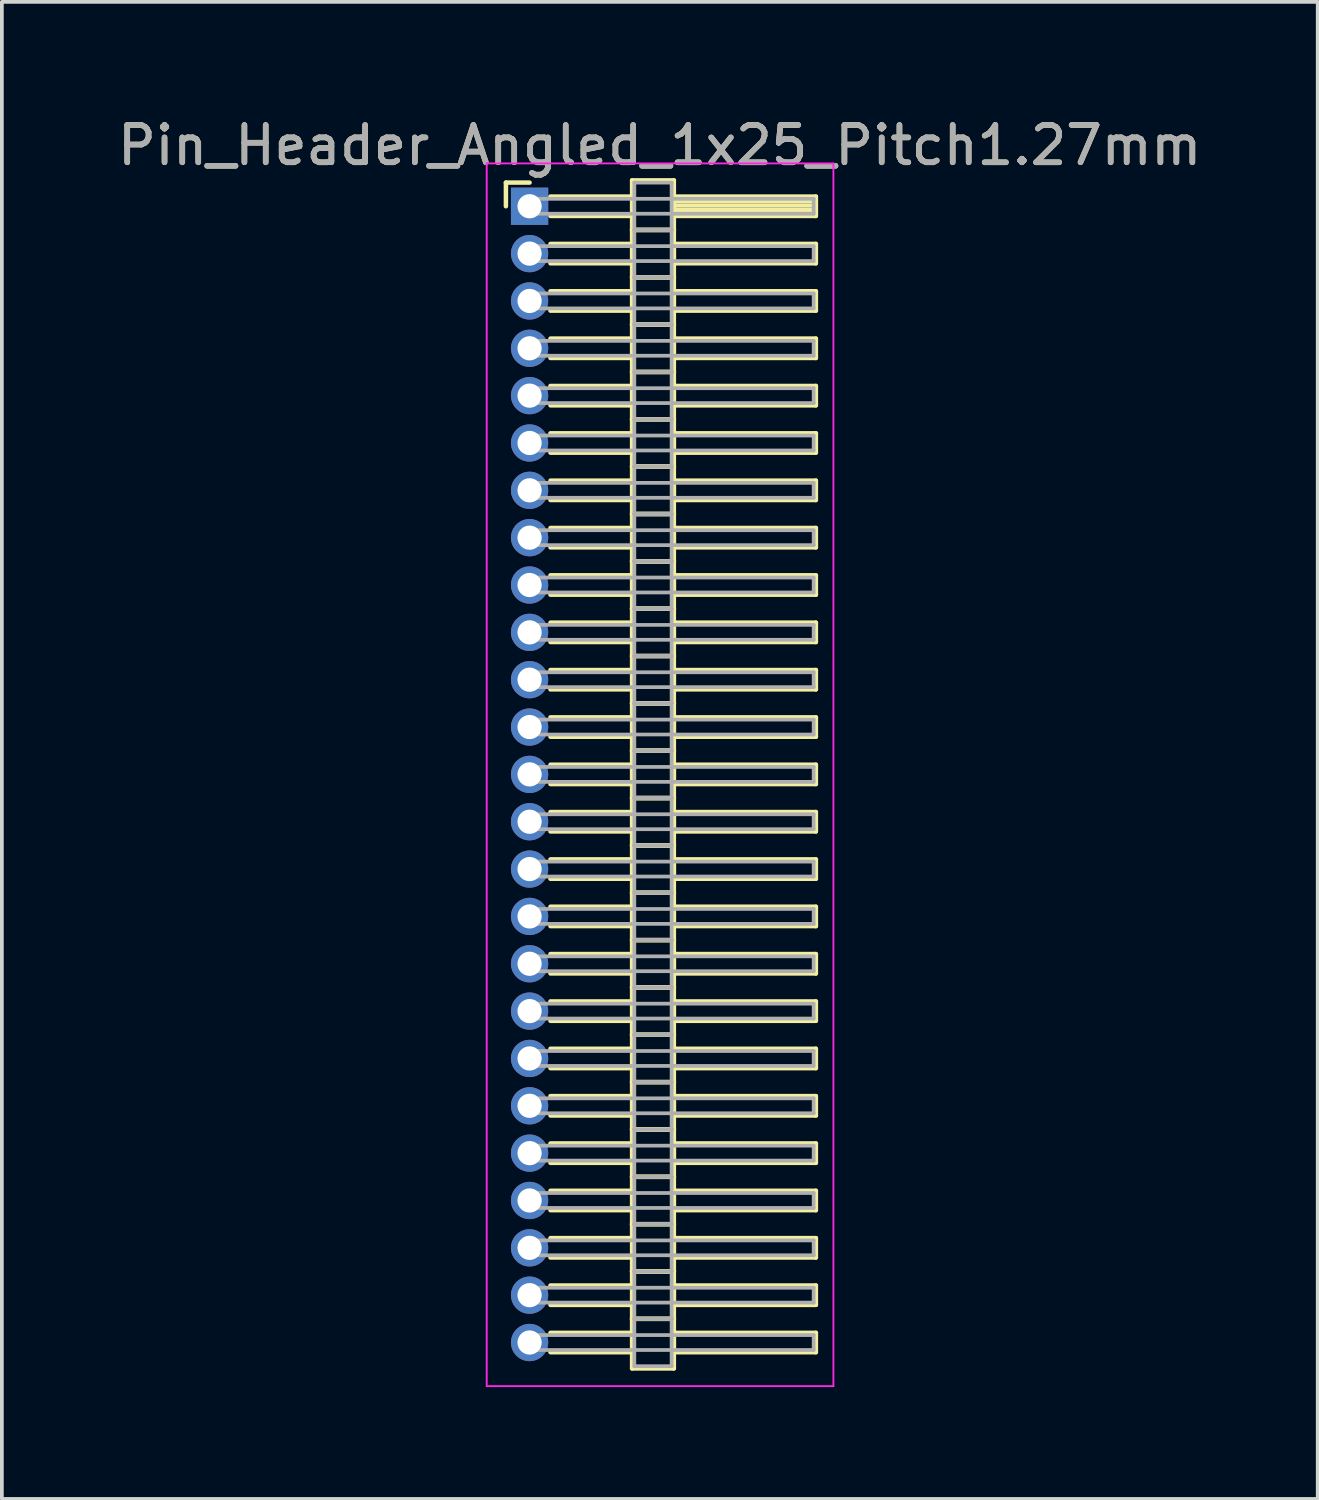
<source format=kicad_pcb>
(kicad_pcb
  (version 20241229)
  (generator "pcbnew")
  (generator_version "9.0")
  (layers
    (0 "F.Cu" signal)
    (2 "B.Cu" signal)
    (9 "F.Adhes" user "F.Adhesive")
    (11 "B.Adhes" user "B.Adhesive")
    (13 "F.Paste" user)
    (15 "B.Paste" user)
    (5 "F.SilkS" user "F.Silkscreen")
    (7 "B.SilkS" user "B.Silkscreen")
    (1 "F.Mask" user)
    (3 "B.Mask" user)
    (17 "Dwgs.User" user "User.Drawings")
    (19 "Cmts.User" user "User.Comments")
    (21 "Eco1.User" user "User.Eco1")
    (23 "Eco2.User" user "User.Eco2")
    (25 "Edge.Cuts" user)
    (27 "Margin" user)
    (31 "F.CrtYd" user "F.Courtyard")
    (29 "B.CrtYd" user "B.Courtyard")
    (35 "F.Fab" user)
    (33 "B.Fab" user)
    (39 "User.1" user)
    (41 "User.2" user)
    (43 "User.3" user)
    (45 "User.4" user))
  (footprint "Pin_Header_Angled_1x25_Pitch1.27mm"
    (layer "F.Cu")
    (at 11.156 2.483)
    (property "Reference" "Pin_Header_Angled_1x25_Pitch1.27mm" (at 3.493 -1.635 0) (layer "F.SilkS") (effects (font (size 1 1) (thickness 0.15))))
    (attr through_hole)
    (fp_line (start -0.635 -0.635) (end 0 -0.635) (stroke (width 0.12) (type solid)) (layer "F.SilkS"))
    (fp_line (start -0.635 0) (end -0.635 -0.635) (stroke (width 0.12) (type solid)) (layer "F.SilkS"))
    (fp_line (start 0.56 -0.26) (end 2.75 -0.26) (stroke (width 0.12) (type solid)) (layer "F.SilkS"))
    (fp_line (start 0.56 0.26) (end 2.75 0.26) (stroke (width 0.12) (type solid)) (layer "F.SilkS"))
    (fp_line (start 0.56 1.01) (end 2.75 1.01) (stroke (width 0.12) (type solid)) (layer "F.SilkS"))
    (fp_line (start 0.56 1.53) (end 2.75 1.53) (stroke (width 0.12) (type solid)) (layer "F.SilkS"))
    (fp_line (start 0.56 2.28) (end 2.75 2.28) (stroke (width 0.12) (type solid)) (layer "F.SilkS"))
    (fp_line (start 0.56 2.8) (end 2.75 2.8) (stroke (width 0.12) (type solid)) (layer "F.SilkS"))
    (fp_line (start 0.56 3.55) (end 2.75 3.55) (stroke (width 0.12) (type solid)) (layer "F.SilkS"))
    (fp_line (start 0.56 4.07) (end 2.75 4.07) (stroke (width 0.12) (type solid)) (layer "F.SilkS"))
    (fp_line (start 0.56 4.82) (end 2.75 4.82) (stroke (width 0.12) (type solid)) (layer "F.SilkS"))
    (fp_line (start 0.56 5.34) (end 2.75 5.34) (stroke (width 0.12) (type solid)) (layer "F.SilkS"))
    (fp_line (start 0.56 6.09) (end 2.75 6.09) (stroke (width 0.12) (type solid)) (layer "F.SilkS"))
    (fp_line (start 0.56 6.61) (end 2.75 6.61) (stroke (width 0.12) (type solid)) (layer "F.SilkS"))
    (fp_line (start 0.56 7.36) (end 2.75 7.36) (stroke (width 0.12) (type solid)) (layer "F.SilkS"))
    (fp_line (start 0.56 7.88) (end 2.75 7.88) (stroke (width 0.12) (type solid)) (layer "F.SilkS"))
    (fp_line (start 0.56 8.63) (end 2.75 8.63) (stroke (width 0.12) (type solid)) (layer "F.SilkS"))
    (fp_line (start 0.56 9.15) (end 2.75 9.15) (stroke (width 0.12) (type solid)) (layer "F.SilkS"))
    (fp_line (start 0.56 9.9) (end 2.75 9.9) (stroke (width 0.12) (type solid)) (layer "F.SilkS"))
    (fp_line (start 0.56 10.42) (end 2.75 10.42) (stroke (width 0.12) (type solid)) (layer "F.SilkS"))
    (fp_line (start 0.56 11.17) (end 2.75 11.17) (stroke (width 0.12) (type solid)) (layer "F.SilkS"))
    (fp_line (start 0.56 11.69) (end 2.75 11.69) (stroke (width 0.12) (type solid)) (layer "F.SilkS"))
    (fp_line (start 0.56 12.44) (end 2.75 12.44) (stroke (width 0.12) (type solid)) (layer "F.SilkS"))
    (fp_line (start 0.56 12.96) (end 2.75 12.96) (stroke (width 0.12) (type solid)) (layer "F.SilkS"))
    (fp_line (start 0.56 13.71) (end 2.75 13.71) (stroke (width 0.12) (type solid)) (layer "F.SilkS"))
    (fp_line (start 0.56 14.23) (end 2.75 14.23) (stroke (width 0.12) (type solid)) (layer "F.SilkS"))
    (fp_line (start 0.56 14.98) (end 2.75 14.98) (stroke (width 0.12) (type solid)) (layer "F.SilkS"))
    (fp_line (start 0.56 15.5) (end 2.75 15.5) (stroke (width 0.12) (type solid)) (layer "F.SilkS"))
    (fp_line (start 0.56 16.25) (end 2.75 16.25) (stroke (width 0.12) (type solid)) (layer "F.SilkS"))
    (fp_line (start 0.56 16.77) (end 2.75 16.77) (stroke (width 0.12) (type solid)) (layer "F.SilkS"))
    (fp_line (start 0.56 17.52) (end 2.75 17.52) (stroke (width 0.12) (type solid)) (layer "F.SilkS"))
    (fp_line (start 0.56 18.04) (end 2.75 18.04) (stroke (width 0.12) (type solid)) (layer "F.SilkS"))
    (fp_line (start 0.56 18.79) (end 2.75 18.79) (stroke (width 0.12) (type solid)) (layer "F.SilkS"))
    (fp_line (start 0.56 19.31) (end 2.75 19.31) (stroke (width 0.12) (type solid)) (layer "F.SilkS"))
    (fp_line (start 0.56 20.06) (end 2.75 20.06) (stroke (width 0.12) (type solid)) (layer "F.SilkS"))
    (fp_line (start 0.56 20.58) (end 2.75 20.58) (stroke (width 0.12) (type solid)) (layer "F.SilkS"))
    (fp_line (start 0.56 21.33) (end 2.75 21.33) (stroke (width 0.12) (type solid)) (layer "F.SilkS"))
    (fp_line (start 0.56 21.85) (end 2.75 21.85) (stroke (width 0.12) (type solid)) (layer "F.SilkS"))
    (fp_line (start 0.56 22.6) (end 2.75 22.6) (stroke (width 0.12) (type solid)) (layer "F.SilkS"))
    (fp_line (start 0.56 23.12) (end 2.75 23.12) (stroke (width 0.12) (type solid)) (layer "F.SilkS"))
    (fp_line (start 0.56 23.87) (end 2.75 23.87) (stroke (width 0.12) (type solid)) (layer "F.SilkS"))
    (fp_line (start 0.56 24.39) (end 2.75 24.39) (stroke (width 0.12) (type solid)) (layer "F.SilkS"))
    (fp_line (start 0.56 25.14) (end 2.75 25.14) (stroke (width 0.12) (type solid)) (layer "F.SilkS"))
    (fp_line (start 0.56 25.66) (end 2.75 25.66) (stroke (width 0.12) (type solid)) (layer "F.SilkS"))
    (fp_line (start 0.56 26.41) (end 2.75 26.41) (stroke (width 0.12) (type solid)) (layer "F.SilkS"))
    (fp_line (start 0.56 26.93) (end 2.75 26.93) (stroke (width 0.12) (type solid)) (layer "F.SilkS"))
    (fp_line (start 0.56 27.68) (end 2.75 27.68) (stroke (width 0.12) (type solid)) (layer "F.SilkS"))
    (fp_line (start 0.56 28.2) (end 2.75 28.2) (stroke (width 0.12) (type solid)) (layer "F.SilkS"))
    (fp_line (start 0.56 28.95) (end 2.75 28.95) (stroke (width 0.12) (type solid)) (layer "F.SilkS"))
    (fp_line (start 0.56 29.47) (end 2.75 29.47) (stroke (width 0.12) (type solid)) (layer "F.SilkS"))
    (fp_line (start 0.56 30.22) (end 2.75 30.22) (stroke (width 0.12) (type solid)) (layer "F.SilkS"))
    (fp_line (start 0.56 30.74) (end 2.75 30.74) (stroke (width 0.12) (type solid)) (layer "F.SilkS"))
    (fp_line (start 2.75 -0.695) (end 2.75 0.635) (stroke (width 0.12) (type solid)) (layer "F.SilkS"))
    (fp_line (start 2.75 0.635) (end 2.75 1.905) (stroke (width 0.12) (type solid)) (layer "F.SilkS"))
    (fp_line (start 2.75 0.635) (end 3.87 0.635) (stroke (width 0.12) (type solid)) (layer "F.SilkS"))
    (fp_line (start 2.75 1.905) (end 2.75 3.175) (stroke (width 0.12) (type solid)) (layer "F.SilkS"))
    (fp_line (start 2.75 1.905) (end 3.87 1.905) (stroke (width 0.12) (type solid)) (layer "F.SilkS"))
    (fp_line (start 2.75 3.175) (end 2.75 4.445) (stroke (width 0.12) (type solid)) (layer "F.SilkS"))
    (fp_line (start 2.75 3.175) (end 3.87 3.175) (stroke (width 0.12) (type solid)) (layer "F.SilkS"))
    (fp_line (start 2.75 4.445) (end 2.75 5.715) (stroke (width 0.12) (type solid)) (layer "F.SilkS"))
    (fp_line (start 2.75 4.445) (end 3.87 4.445) (stroke (width 0.12) (type solid)) (layer "F.SilkS"))
    (fp_line (start 2.75 5.715) (end 2.75 6.985) (stroke (width 0.12) (type solid)) (layer "F.SilkS"))
    (fp_line (start 2.75 5.715) (end 3.87 5.715) (stroke (width 0.12) (type solid)) (layer "F.SilkS"))
    (fp_line (start 2.75 6.985) (end 2.75 8.255) (stroke (width 0.12) (type solid)) (layer "F.SilkS"))
    (fp_line (start 2.75 6.985) (end 3.87 6.985) (stroke (width 0.12) (type solid)) (layer "F.SilkS"))
    (fp_line (start 2.75 8.255) (end 2.75 9.525) (stroke (width 0.12) (type solid)) (layer "F.SilkS"))
    (fp_line (start 2.75 8.255) (end 3.87 8.255) (stroke (width 0.12) (type solid)) (layer "F.SilkS"))
    (fp_line (start 2.75 9.525) (end 2.75 10.795) (stroke (width 0.12) (type solid)) (layer "F.SilkS"))
    (fp_line (start 2.75 9.525) (end 3.87 9.525) (stroke (width 0.12) (type solid)) (layer "F.SilkS"))
    (fp_line (start 2.75 10.795) (end 2.75 12.065) (stroke (width 0.12) (type solid)) (layer "F.SilkS"))
    (fp_line (start 2.75 10.795) (end 3.87 10.795) (stroke (width 0.12) (type solid)) (layer "F.SilkS"))
    (fp_line (start 2.75 12.065) (end 2.75 13.335) (stroke (width 0.12) (type solid)) (layer "F.SilkS"))
    (fp_line (start 2.75 12.065) (end 3.87 12.065) (stroke (width 0.12) (type solid)) (layer "F.SilkS"))
    (fp_line (start 2.75 13.335) (end 2.75 14.605) (stroke (width 0.12) (type solid)) (layer "F.SilkS"))
    (fp_line (start 2.75 13.335) (end 3.87 13.335) (stroke (width 0.12) (type solid)) (layer "F.SilkS"))
    (fp_line (start 2.75 14.605) (end 2.75 15.875) (stroke (width 0.12) (type solid)) (layer "F.SilkS"))
    (fp_line (start 2.75 14.605) (end 3.87 14.605) (stroke (width 0.12) (type solid)) (layer "F.SilkS"))
    (fp_line (start 2.75 15.875) (end 2.75 17.145) (stroke (width 0.12) (type solid)) (layer "F.SilkS"))
    (fp_line (start 2.75 15.875) (end 3.87 15.875) (stroke (width 0.12) (type solid)) (layer "F.SilkS"))
    (fp_line (start 2.75 17.145) (end 2.75 18.415) (stroke (width 0.12) (type solid)) (layer "F.SilkS"))
    (fp_line (start 2.75 17.145) (end 3.87 17.145) (stroke (width 0.12) (type solid)) (layer "F.SilkS"))
    (fp_line (start 2.75 18.415) (end 2.75 19.685) (stroke (width 0.12) (type solid)) (layer "F.SilkS"))
    (fp_line (start 2.75 18.415) (end 3.87 18.415) (stroke (width 0.12) (type solid)) (layer "F.SilkS"))
    (fp_line (start 2.75 19.685) (end 2.75 20.955) (stroke (width 0.12) (type solid)) (layer "F.SilkS"))
    (fp_line (start 2.75 19.685) (end 3.87 19.685) (stroke (width 0.12) (type solid)) (layer "F.SilkS"))
    (fp_line (start 2.75 20.955) (end 2.75 22.225) (stroke (width 0.12) (type solid)) (layer "F.SilkS"))
    (fp_line (start 2.75 20.955) (end 3.87 20.955) (stroke (width 0.12) (type solid)) (layer "F.SilkS"))
    (fp_line (start 2.75 22.225) (end 2.75 23.495) (stroke (width 0.12) (type solid)) (layer "F.SilkS"))
    (fp_line (start 2.75 22.225) (end 3.87 22.225) (stroke (width 0.12) (type solid)) (layer "F.SilkS"))
    (fp_line (start 2.75 23.495) (end 2.75 24.765) (stroke (width 0.12) (type solid)) (layer "F.SilkS"))
    (fp_line (start 2.75 23.495) (end 3.87 23.495) (stroke (width 0.12) (type solid)) (layer "F.SilkS"))
    (fp_line (start 2.75 24.765) (end 2.75 26.035) (stroke (width 0.12) (type solid)) (layer "F.SilkS"))
    (fp_line (start 2.75 24.765) (end 3.87 24.765) (stroke (width 0.12) (type solid)) (layer "F.SilkS"))
    (fp_line (start 2.75 26.035) (end 2.75 27.305) (stroke (width 0.12) (type solid)) (layer "F.SilkS"))
    (fp_line (start 2.75 26.035) (end 3.87 26.035) (stroke (width 0.12) (type solid)) (layer "F.SilkS"))
    (fp_line (start 2.75 27.305) (end 2.75 28.575) (stroke (width 0.12) (type solid)) (layer "F.SilkS"))
    (fp_line (start 2.75 27.305) (end 3.87 27.305) (stroke (width 0.12) (type solid)) (layer "F.SilkS"))
    (fp_line (start 2.75 28.575) (end 2.75 29.845) (stroke (width 0.12) (type solid)) (layer "F.SilkS"))
    (fp_line (start 2.75 28.575) (end 3.87 28.575) (stroke (width 0.12) (type solid)) (layer "F.SilkS"))
    (fp_line (start 2.75 29.845) (end 2.75 31.175) (stroke (width 0.12) (type solid)) (layer "F.SilkS"))
    (fp_line (start 2.75 29.845) (end 3.87 29.845) (stroke (width 0.12) (type solid)) (layer "F.SilkS"))
    (fp_line (start 2.75 31.175) (end 3.87 31.175) (stroke (width 0.12) (type solid)) (layer "F.SilkS"))
    (fp_line (start 3.87 -0.695) (end 2.75 -0.695) (stroke (width 0.12) (type solid)) (layer "F.SilkS"))
    (fp_line (start 3.87 -0.26) (end 3.87 0.26) (stroke (width 0.12) (type solid)) (layer "F.SilkS"))
    (fp_line (start 3.87 -0.14) (end 7.68 -0.14) (stroke (width 0.12) (type solid)) (layer "F.SilkS"))
    (fp_line (start 3.87 -0.02) (end 7.68 -0.02) (stroke (width 0.12) (type solid)) (layer "F.SilkS"))
    (fp_line (start 3.87 0.1) (end 7.68 0.1) (stroke (width 0.12) (type solid)) (layer "F.SilkS"))
    (fp_line (start 3.87 0.22) (end 7.68 0.22) (stroke (width 0.12) (type solid)) (layer "F.SilkS"))
    (fp_line (start 3.87 0.26) (end 7.68 0.26) (stroke (width 0.12) (type solid)) (layer "F.SilkS"))
    (fp_line (start 3.87 0.635) (end 2.75 0.635) (stroke (width 0.12) (type solid)) (layer "F.SilkS"))
    (fp_line (start 3.87 0.635) (end 3.87 -0.695) (stroke (width 0.12) (type solid)) (layer "F.SilkS"))
    (fp_line (start 3.87 1.01) (end 3.87 1.53) (stroke (width 0.12) (type solid)) (layer "F.SilkS"))
    (fp_line (start 3.87 1.53) (end 7.68 1.53) (stroke (width 0.12) (type solid)) (layer "F.SilkS"))
    (fp_line (start 3.87 1.905) (end 2.75 1.905) (stroke (width 0.12) (type solid)) (layer "F.SilkS"))
    (fp_line (start 3.87 1.905) (end 3.87 0.635) (stroke (width 0.12) (type solid)) (layer "F.SilkS"))
    (fp_line (start 3.87 2.28) (end 3.87 2.8) (stroke (width 0.12) (type solid)) (layer "F.SilkS"))
    (fp_line (start 3.87 2.8) (end 7.68 2.8) (stroke (width 0.12) (type solid)) (layer "F.SilkS"))
    (fp_line (start 3.87 3.175) (end 2.75 3.175) (stroke (width 0.12) (type solid)) (layer "F.SilkS"))
    (fp_line (start 3.87 3.175) (end 3.87 1.905) (stroke (width 0.12) (type solid)) (layer "F.SilkS"))
    (fp_line (start 3.87 3.55) (end 3.87 4.07) (stroke (width 0.12) (type solid)) (layer "F.SilkS"))
    (fp_line (start 3.87 4.07) (end 7.68 4.07) (stroke (width 0.12) (type solid)) (layer "F.SilkS"))
    (fp_line (start 3.87 4.445) (end 2.75 4.445) (stroke (width 0.12) (type solid)) (layer "F.SilkS"))
    (fp_line (start 3.87 4.445) (end 3.87 3.175) (stroke (width 0.12) (type solid)) (layer "F.SilkS"))
    (fp_line (start 3.87 4.82) (end 3.87 5.34) (stroke (width 0.12) (type solid)) (layer "F.SilkS"))
    (fp_line (start 3.87 5.34) (end 7.68 5.34) (stroke (width 0.12) (type solid)) (layer "F.SilkS"))
    (fp_line (start 3.87 5.715) (end 2.75 5.715) (stroke (width 0.12) (type solid)) (layer "F.SilkS"))
    (fp_line (start 3.87 5.715) (end 3.87 4.445) (stroke (width 0.12) (type solid)) (layer "F.SilkS"))
    (fp_line (start 3.87 6.09) (end 3.87 6.61) (stroke (width 0.12) (type solid)) (layer "F.SilkS"))
    (fp_line (start 3.87 6.61) (end 7.68 6.61) (stroke (width 0.12) (type solid)) (layer "F.SilkS"))
    (fp_line (start 3.87 6.985) (end 2.75 6.985) (stroke (width 0.12) (type solid)) (layer "F.SilkS"))
    (fp_line (start 3.87 6.985) (end 3.87 5.715) (stroke (width 0.12) (type solid)) (layer "F.SilkS"))
    (fp_line (start 3.87 7.36) (end 3.87 7.88) (stroke (width 0.12) (type solid)) (layer "F.SilkS"))
    (fp_line (start 3.87 7.88) (end 7.68 7.88) (stroke (width 0.12) (type solid)) (layer "F.SilkS"))
    (fp_line (start 3.87 8.255) (end 2.75 8.255) (stroke (width 0.12) (type solid)) (layer "F.SilkS"))
    (fp_line (start 3.87 8.255) (end 3.87 6.985) (stroke (width 0.12) (type solid)) (layer "F.SilkS"))
    (fp_line (start 3.87 8.63) (end 3.87 9.15) (stroke (width 0.12) (type solid)) (layer "F.SilkS"))
    (fp_line (start 3.87 9.15) (end 7.68 9.15) (stroke (width 0.12) (type solid)) (layer "F.SilkS"))
    (fp_line (start 3.87 9.525) (end 2.75 9.525) (stroke (width 0.12) (type solid)) (layer "F.SilkS"))
    (fp_line (start 3.87 9.525) (end 3.87 8.255) (stroke (width 0.12) (type solid)) (layer "F.SilkS"))
    (fp_line (start 3.87 9.9) (end 3.87 10.42) (stroke (width 0.12) (type solid)) (layer "F.SilkS"))
    (fp_line (start 3.87 10.42) (end 7.68 10.42) (stroke (width 0.12) (type solid)) (layer "F.SilkS"))
    (fp_line (start 3.87 10.795) (end 2.75 10.795) (stroke (width 0.12) (type solid)) (layer "F.SilkS"))
    (fp_line (start 3.87 10.795) (end 3.87 9.525) (stroke (width 0.12) (type solid)) (layer "F.SilkS"))
    (fp_line (start 3.87 11.17) (end 3.87 11.69) (stroke (width 0.12) (type solid)) (layer "F.SilkS"))
    (fp_line (start 3.87 11.69) (end 7.68 11.69) (stroke (width 0.12) (type solid)) (layer "F.SilkS"))
    (fp_line (start 3.87 12.065) (end 2.75 12.065) (stroke (width 0.12) (type solid)) (layer "F.SilkS"))
    (fp_line (start 3.87 12.065) (end 3.87 10.795) (stroke (width 0.12) (type solid)) (layer "F.SilkS"))
    (fp_line (start 3.87 12.44) (end 3.87 12.96) (stroke (width 0.12) (type solid)) (layer "F.SilkS"))
    (fp_line (start 3.87 12.96) (end 7.68 12.96) (stroke (width 0.12) (type solid)) (layer "F.SilkS"))
    (fp_line (start 3.87 13.335) (end 2.75 13.335) (stroke (width 0.12) (type solid)) (layer "F.SilkS"))
    (fp_line (start 3.87 13.335) (end 3.87 12.065) (stroke (width 0.12) (type solid)) (layer "F.SilkS"))
    (fp_line (start 3.87 13.71) (end 3.87 14.23) (stroke (width 0.12) (type solid)) (layer "F.SilkS"))
    (fp_line (start 3.87 14.23) (end 7.68 14.23) (stroke (width 0.12) (type solid)) (layer "F.SilkS"))
    (fp_line (start 3.87 14.605) (end 2.75 14.605) (stroke (width 0.12) (type solid)) (layer "F.SilkS"))
    (fp_line (start 3.87 14.605) (end 3.87 13.335) (stroke (width 0.12) (type solid)) (layer "F.SilkS"))
    (fp_line (start 3.87 14.98) (end 3.87 15.5) (stroke (width 0.12) (type solid)) (layer "F.SilkS"))
    (fp_line (start 3.87 15.5) (end 7.68 15.5) (stroke (width 0.12) (type solid)) (layer "F.SilkS"))
    (fp_line (start 3.87 15.875) (end 2.75 15.875) (stroke (width 0.12) (type solid)) (layer "F.SilkS"))
    (fp_line (start 3.87 15.875) (end 3.87 14.605) (stroke (width 0.12) (type solid)) (layer "F.SilkS"))
    (fp_line (start 3.87 16.25) (end 3.87 16.77) (stroke (width 0.12) (type solid)) (layer "F.SilkS"))
    (fp_line (start 3.87 16.77) (end 7.68 16.77) (stroke (width 0.12) (type solid)) (layer "F.SilkS"))
    (fp_line (start 3.87 17.145) (end 2.75 17.145) (stroke (width 0.12) (type solid)) (layer "F.SilkS"))
    (fp_line (start 3.87 17.145) (end 3.87 15.875) (stroke (width 0.12) (type solid)) (layer "F.SilkS"))
    (fp_line (start 3.87 17.52) (end 3.87 18.04) (stroke (width 0.12) (type solid)) (layer "F.SilkS"))
    (fp_line (start 3.87 18.04) (end 7.68 18.04) (stroke (width 0.12) (type solid)) (layer "F.SilkS"))
    (fp_line (start 3.87 18.415) (end 2.75 18.415) (stroke (width 0.12) (type solid)) (layer "F.SilkS"))
    (fp_line (start 3.87 18.415) (end 3.87 17.145) (stroke (width 0.12) (type solid)) (layer "F.SilkS"))
    (fp_line (start 3.87 18.79) (end 3.87 19.31) (stroke (width 0.12) (type solid)) (layer "F.SilkS"))
    (fp_line (start 3.87 19.31) (end 7.68 19.31) (stroke (width 0.12) (type solid)) (layer "F.SilkS"))
    (fp_line (start 3.87 19.685) (end 2.75 19.685) (stroke (width 0.12) (type solid)) (layer "F.SilkS"))
    (fp_line (start 3.87 19.685) (end 3.87 18.415) (stroke (width 0.12) (type solid)) (layer "F.SilkS"))
    (fp_line (start 3.87 20.06) (end 3.87 20.58) (stroke (width 0.12) (type solid)) (layer "F.SilkS"))
    (fp_line (start 3.87 20.58) (end 7.68 20.58) (stroke (width 0.12) (type solid)) (layer "F.SilkS"))
    (fp_line (start 3.87 20.955) (end 2.75 20.955) (stroke (width 0.12) (type solid)) (layer "F.SilkS"))
    (fp_line (start 3.87 20.955) (end 3.87 19.685) (stroke (width 0.12) (type solid)) (layer "F.SilkS"))
    (fp_line (start 3.87 21.33) (end 3.87 21.85) (stroke (width 0.12) (type solid)) (layer "F.SilkS"))
    (fp_line (start 3.87 21.85) (end 7.68 21.85) (stroke (width 0.12) (type solid)) (layer "F.SilkS"))
    (fp_line (start 3.87 22.225) (end 2.75 22.225) (stroke (width 0.12) (type solid)) (layer "F.SilkS"))
    (fp_line (start 3.87 22.225) (end 3.87 20.955) (stroke (width 0.12) (type solid)) (layer "F.SilkS"))
    (fp_line (start 3.87 22.6) (end 3.87 23.12) (stroke (width 0.12) (type solid)) (layer "F.SilkS"))
    (fp_line (start 3.87 23.12) (end 7.68 23.12) (stroke (width 0.12) (type solid)) (layer "F.SilkS"))
    (fp_line (start 3.87 23.495) (end 2.75 23.495) (stroke (width 0.12) (type solid)) (layer "F.SilkS"))
    (fp_line (start 3.87 23.495) (end 3.87 22.225) (stroke (width 0.12) (type solid)) (layer "F.SilkS"))
    (fp_line (start 3.87 23.87) (end 3.87 24.39) (stroke (width 0.12) (type solid)) (layer "F.SilkS"))
    (fp_line (start 3.87 24.39) (end 7.68 24.39) (stroke (width 0.12) (type solid)) (layer "F.SilkS"))
    (fp_line (start 3.87 24.765) (end 2.75 24.765) (stroke (width 0.12) (type solid)) (layer "F.SilkS"))
    (fp_line (start 3.87 24.765) (end 3.87 23.495) (stroke (width 0.12) (type solid)) (layer "F.SilkS"))
    (fp_line (start 3.87 25.14) (end 3.87 25.66) (stroke (width 0.12) (type solid)) (layer "F.SilkS"))
    (fp_line (start 3.87 25.66) (end 7.68 25.66) (stroke (width 0.12) (type solid)) (layer "F.SilkS"))
    (fp_line (start 3.87 26.035) (end 2.75 26.035) (stroke (width 0.12) (type solid)) (layer "F.SilkS"))
    (fp_line (start 3.87 26.035) (end 3.87 24.765) (stroke (width 0.12) (type solid)) (layer "F.SilkS"))
    (fp_line (start 3.87 26.41) (end 3.87 26.93) (stroke (width 0.12) (type solid)) (layer "F.SilkS"))
    (fp_line (start 3.87 26.93) (end 7.68 26.93) (stroke (width 0.12) (type solid)) (layer "F.SilkS"))
    (fp_line (start 3.87 27.305) (end 2.75 27.305) (stroke (width 0.12) (type solid)) (layer "F.SilkS"))
    (fp_line (start 3.87 27.305) (end 3.87 26.035) (stroke (width 0.12) (type solid)) (layer "F.SilkS"))
    (fp_line (start 3.87 27.68) (end 3.87 28.2) (stroke (width 0.12) (type solid)) (layer "F.SilkS"))
    (fp_line (start 3.87 28.2) (end 7.68 28.2) (stroke (width 0.12) (type solid)) (layer "F.SilkS"))
    (fp_line (start 3.87 28.575) (end 2.75 28.575) (stroke (width 0.12) (type solid)) (layer "F.SilkS"))
    (fp_line (start 3.87 28.575) (end 3.87 27.305) (stroke (width 0.12) (type solid)) (layer "F.SilkS"))
    (fp_line (start 3.87 28.95) (end 3.87 29.47) (stroke (width 0.12) (type solid)) (layer "F.SilkS"))
    (fp_line (start 3.87 29.47) (end 7.68 29.47) (stroke (width 0.12) (type solid)) (layer "F.SilkS"))
    (fp_line (start 3.87 29.845) (end 2.75 29.845) (stroke (width 0.12) (type solid)) (layer "F.SilkS"))
    (fp_line (start 3.87 29.845) (end 3.87 28.575) (stroke (width 0.12) (type solid)) (layer "F.SilkS"))
    (fp_line (start 3.87 30.22) (end 3.87 30.74) (stroke (width 0.12) (type solid)) (layer "F.SilkS"))
    (fp_line (start 3.87 30.74) (end 7.68 30.74) (stroke (width 0.12) (type solid)) (layer "F.SilkS"))
    (fp_line (start 3.87 31.175) (end 3.87 29.845) (stroke (width 0.12) (type solid)) (layer "F.SilkS"))
    (fp_line (start 7.68 -0.26) (end 3.87 -0.26) (stroke (width 0.12) (type solid)) (layer "F.SilkS"))
    (fp_line (start 7.68 0.26) (end 7.68 -0.26) (stroke (width 0.12) (type solid)) (layer "F.SilkS"))
    (fp_line (start 7.68 1.01) (end 3.87 1.01) (stroke (width 0.12) (type solid)) (layer "F.SilkS"))
    (fp_line (start 7.68 1.53) (end 7.68 1.01) (stroke (width 0.12) (type solid)) (layer "F.SilkS"))
    (fp_line (start 7.68 2.28) (end 3.87 2.28) (stroke (width 0.12) (type solid)) (layer "F.SilkS"))
    (fp_line (start 7.68 2.8) (end 7.68 2.28) (stroke (width 0.12) (type solid)) (layer "F.SilkS"))
    (fp_line (start 7.68 3.55) (end 3.87 3.55) (stroke (width 0.12) (type solid)) (layer "F.SilkS"))
    (fp_line (start 7.68 4.07) (end 7.68 3.55) (stroke (width 0.12) (type solid)) (layer "F.SilkS"))
    (fp_line (start 7.68 4.82) (end 3.87 4.82) (stroke (width 0.12) (type solid)) (layer "F.SilkS"))
    (fp_line (start 7.68 5.34) (end 7.68 4.82) (stroke (width 0.12) (type solid)) (layer "F.SilkS"))
    (fp_line (start 7.68 6.09) (end 3.87 6.09) (stroke (width 0.12) (type solid)) (layer "F.SilkS"))
    (fp_line (start 7.68 6.61) (end 7.68 6.09) (stroke (width 0.12) (type solid)) (layer "F.SilkS"))
    (fp_line (start 7.68 7.36) (end 3.87 7.36) (stroke (width 0.12) (type solid)) (layer "F.SilkS"))
    (fp_line (start 7.68 7.88) (end 7.68 7.36) (stroke (width 0.12) (type solid)) (layer "F.SilkS"))
    (fp_line (start 7.68 8.63) (end 3.87 8.63) (stroke (width 0.12) (type solid)) (layer "F.SilkS"))
    (fp_line (start 7.68 9.15) (end 7.68 8.63) (stroke (width 0.12) (type solid)) (layer "F.SilkS"))
    (fp_line (start 7.68 9.9) (end 3.87 9.9) (stroke (width 0.12) (type solid)) (layer "F.SilkS"))
    (fp_line (start 7.68 10.42) (end 7.68 9.9) (stroke (width 0.12) (type solid)) (layer "F.SilkS"))
    (fp_line (start 7.68 11.17) (end 3.87 11.17) (stroke (width 0.12) (type solid)) (layer "F.SilkS"))
    (fp_line (start 7.68 11.69) (end 7.68 11.17) (stroke (width 0.12) (type solid)) (layer "F.SilkS"))
    (fp_line (start 7.68 12.44) (end 3.87 12.44) (stroke (width 0.12) (type solid)) (layer "F.SilkS"))
    (fp_line (start 7.68 12.96) (end 7.68 12.44) (stroke (width 0.12) (type solid)) (layer "F.SilkS"))
    (fp_line (start 7.68 13.71) (end 3.87 13.71) (stroke (width 0.12) (type solid)) (layer "F.SilkS"))
    (fp_line (start 7.68 14.23) (end 7.68 13.71) (stroke (width 0.12) (type solid)) (layer "F.SilkS"))
    (fp_line (start 7.68 14.98) (end 3.87 14.98) (stroke (width 0.12) (type solid)) (layer "F.SilkS"))
    (fp_line (start 7.68 15.5) (end 7.68 14.98) (stroke (width 0.12) (type solid)) (layer "F.SilkS"))
    (fp_line (start 7.68 16.25) (end 3.87 16.25) (stroke (width 0.12) (type solid)) (layer "F.SilkS"))
    (fp_line (start 7.68 16.77) (end 7.68 16.25) (stroke (width 0.12) (type solid)) (layer "F.SilkS"))
    (fp_line (start 7.68 17.52) (end 3.87 17.52) (stroke (width 0.12) (type solid)) (layer "F.SilkS"))
    (fp_line (start 7.68 18.04) (end 7.68 17.52) (stroke (width 0.12) (type solid)) (layer "F.SilkS"))
    (fp_line (start 7.68 18.79) (end 3.87 18.79) (stroke (width 0.12) (type solid)) (layer "F.SilkS"))
    (fp_line (start 7.68 19.31) (end 7.68 18.79) (stroke (width 0.12) (type solid)) (layer "F.SilkS"))
    (fp_line (start 7.68 20.06) (end 3.87 20.06) (stroke (width 0.12) (type solid)) (layer "F.SilkS"))
    (fp_line (start 7.68 20.58) (end 7.68 20.06) (stroke (width 0.12) (type solid)) (layer "F.SilkS"))
    (fp_line (start 7.68 21.33) (end 3.87 21.33) (stroke (width 0.12) (type solid)) (layer "F.SilkS"))
    (fp_line (start 7.68 21.85) (end 7.68 21.33) (stroke (width 0.12) (type solid)) (layer "F.SilkS"))
    (fp_line (start 7.68 22.6) (end 3.87 22.6) (stroke (width 0.12) (type solid)) (layer "F.SilkS"))
    (fp_line (start 7.68 23.12) (end 7.68 22.6) (stroke (width 0.12) (type solid)) (layer "F.SilkS"))
    (fp_line (start 7.68 23.87) (end 3.87 23.87) (stroke (width 0.12) (type solid)) (layer "F.SilkS"))
    (fp_line (start 7.68 24.39) (end 7.68 23.87) (stroke (width 0.12) (type solid)) (layer "F.SilkS"))
    (fp_line (start 7.68 25.14) (end 3.87 25.14) (stroke (width 0.12) (type solid)) (layer "F.SilkS"))
    (fp_line (start 7.68 25.66) (end 7.68 25.14) (stroke (width 0.12) (type solid)) (layer "F.SilkS"))
    (fp_line (start 7.68 26.41) (end 3.87 26.41) (stroke (width 0.12) (type solid)) (layer "F.SilkS"))
    (fp_line (start 7.68 26.93) (end 7.68 26.41) (stroke (width 0.12) (type solid)) (layer "F.SilkS"))
    (fp_line (start 7.68 27.68) (end 3.87 27.68) (stroke (width 0.12) (type solid)) (layer "F.SilkS"))
    (fp_line (start 7.68 28.2) (end 7.68 27.68) (stroke (width 0.12) (type solid)) (layer "F.SilkS"))
    (fp_line (start 7.68 28.95) (end 3.87 28.95) (stroke (width 0.12) (type solid)) (layer "F.SilkS"))
    (fp_line (start 7.68 29.47) (end 7.68 28.95) (stroke (width 0.12) (type solid)) (layer "F.SilkS"))
    (fp_line (start 7.68 30.22) (end 3.87 30.22) (stroke (width 0.12) (type solid)) (layer "F.SilkS"))
    (fp_line (start 7.68 30.74) (end 7.68 30.22) (stroke (width 0.12) (type solid)) (layer "F.SilkS"))
    (fp_line (start -1.15 -1.15) (end -1.15 31.65) (stroke (width 0.05) (type solid)) (layer "F.CrtYd"))
    (fp_line (start -1.15 31.65) (end 8.15 31.65) (stroke (width 0.05) (type solid)) (layer "F.CrtYd"))
    (fp_line (start 8.15 -1.15) (end -1.15 -1.15) (stroke (width 0.05) (type solid)) (layer "F.CrtYd"))
    (fp_line (start 8.15 31.65) (end 8.15 -1.15) (stroke (width 0.05) (type solid)) (layer "F.CrtYd"))
    (fp_line (start 0 -0.2) (end 0 0.2) (stroke (width 0.1) (type solid)) (layer "F.Fab"))
    (fp_line (start 0 0.2) (end 7.62 0.2) (stroke (width 0.1) (type solid)) (layer "F.Fab"))
    (fp_line (start 0 1.07) (end 0 1.47) (stroke (width 0.1) (type solid)) (layer "F.Fab"))
    (fp_line (start 0 1.47) (end 7.62 1.47) (stroke (width 0.1) (type solid)) (layer "F.Fab"))
    (fp_line (start 0 2.34) (end 0 2.74) (stroke (width 0.1) (type solid)) (layer "F.Fab"))
    (fp_line (start 0 2.74) (end 7.62 2.74) (stroke (width 0.1) (type solid)) (layer "F.Fab"))
    (fp_line (start 0 3.61) (end 0 4.01) (stroke (width 0.1) (type solid)) (layer "F.Fab"))
    (fp_line (start 0 4.01) (end 7.62 4.01) (stroke (width 0.1) (type solid)) (layer "F.Fab"))
    (fp_line (start 0 4.88) (end 0 5.28) (stroke (width 0.1) (type solid)) (layer "F.Fab"))
    (fp_line (start 0 5.28) (end 7.62 5.28) (stroke (width 0.1) (type solid)) (layer "F.Fab"))
    (fp_line (start 0 6.15) (end 0 6.55) (stroke (width 0.1) (type solid)) (layer "F.Fab"))
    (fp_line (start 0 6.55) (end 7.62 6.55) (stroke (width 0.1) (type solid)) (layer "F.Fab"))
    (fp_line (start 0 7.42) (end 0 7.82) (stroke (width 0.1) (type solid)) (layer "F.Fab"))
    (fp_line (start 0 7.82) (end 7.62 7.82) (stroke (width 0.1) (type solid)) (layer "F.Fab"))
    (fp_line (start 0 8.69) (end 0 9.09) (stroke (width 0.1) (type solid)) (layer "F.Fab"))
    (fp_line (start 0 9.09) (end 7.62 9.09) (stroke (width 0.1) (type solid)) (layer "F.Fab"))
    (fp_line (start 0 9.96) (end 0 10.36) (stroke (width 0.1) (type solid)) (layer "F.Fab"))
    (fp_line (start 0 10.36) (end 7.62 10.36) (stroke (width 0.1) (type solid)) (layer "F.Fab"))
    (fp_line (start 0 11.23) (end 0 11.63) (stroke (width 0.1) (type solid)) (layer "F.Fab"))
    (fp_line (start 0 11.63) (end 7.62 11.63) (stroke (width 0.1) (type solid)) (layer "F.Fab"))
    (fp_line (start 0 12.5) (end 0 12.9) (stroke (width 0.1) (type solid)) (layer "F.Fab"))
    (fp_line (start 0 12.9) (end 7.62 12.9) (stroke (width 0.1) (type solid)) (layer "F.Fab"))
    (fp_line (start 0 13.77) (end 0 14.17) (stroke (width 0.1) (type solid)) (layer "F.Fab"))
    (fp_line (start 0 14.17) (end 7.62 14.17) (stroke (width 0.1) (type solid)) (layer "F.Fab"))
    (fp_line (start 0 15.04) (end 0 15.44) (stroke (width 0.1) (type solid)) (layer "F.Fab"))
    (fp_line (start 0 15.44) (end 7.62 15.44) (stroke (width 0.1) (type solid)) (layer "F.Fab"))
    (fp_line (start 0 16.31) (end 0 16.71) (stroke (width 0.1) (type solid)) (layer "F.Fab"))
    (fp_line (start 0 16.71) (end 7.62 16.71) (stroke (width 0.1) (type solid)) (layer "F.Fab"))
    (fp_line (start 0 17.58) (end 0 17.98) (stroke (width 0.1) (type solid)) (layer "F.Fab"))
    (fp_line (start 0 17.98) (end 7.62 17.98) (stroke (width 0.1) (type solid)) (layer "F.Fab"))
    (fp_line (start 0 18.85) (end 0 19.25) (stroke (width 0.1) (type solid)) (layer "F.Fab"))
    (fp_line (start 0 19.25) (end 7.62 19.25) (stroke (width 0.1) (type solid)) (layer "F.Fab"))
    (fp_line (start 0 20.12) (end 0 20.52) (stroke (width 0.1) (type solid)) (layer "F.Fab"))
    (fp_line (start 0 20.52) (end 7.62 20.52) (stroke (width 0.1) (type solid)) (layer "F.Fab"))
    (fp_line (start 0 21.39) (end 0 21.79) (stroke (width 0.1) (type solid)) (layer "F.Fab"))
    (fp_line (start 0 21.79) (end 7.62 21.79) (stroke (width 0.1) (type solid)) (layer "F.Fab"))
    (fp_line (start 0 22.66) (end 0 23.06) (stroke (width 0.1) (type solid)) (layer "F.Fab"))
    (fp_line (start 0 23.06) (end 7.62 23.06) (stroke (width 0.1) (type solid)) (layer "F.Fab"))
    (fp_line (start 0 23.93) (end 0 24.33) (stroke (width 0.1) (type solid)) (layer "F.Fab"))
    (fp_line (start 0 24.33) (end 7.62 24.33) (stroke (width 0.1) (type solid)) (layer "F.Fab"))
    (fp_line (start 0 25.2) (end 0 25.6) (stroke (width 0.1) (type solid)) (layer "F.Fab"))
    (fp_line (start 0 25.6) (end 7.62 25.6) (stroke (width 0.1) (type solid)) (layer "F.Fab"))
    (fp_line (start 0 26.47) (end 0 26.87) (stroke (width 0.1) (type solid)) (layer "F.Fab"))
    (fp_line (start 0 26.87) (end 7.62 26.87) (stroke (width 0.1) (type solid)) (layer "F.Fab"))
    (fp_line (start 0 27.74) (end 0 28.14) (stroke (width 0.1) (type solid)) (layer "F.Fab"))
    (fp_line (start 0 28.14) (end 7.62 28.14) (stroke (width 0.1) (type solid)) (layer "F.Fab"))
    (fp_line (start 0 29.01) (end 0 29.41) (stroke (width 0.1) (type solid)) (layer "F.Fab"))
    (fp_line (start 0 29.41) (end 7.62 29.41) (stroke (width 0.1) (type solid)) (layer "F.Fab"))
    (fp_line (start 0 30.28) (end 0 30.68) (stroke (width 0.1) (type solid)) (layer "F.Fab"))
    (fp_line (start 0 30.68) (end 7.62 30.68) (stroke (width 0.1) (type solid)) (layer "F.Fab"))
    (fp_line (start 2.81 -0.635) (end 2.81 0.635) (stroke (width 0.1) (type solid)) (layer "F.Fab"))
    (fp_line (start 2.81 0.635) (end 2.81 1.905) (stroke (width 0.1) (type solid)) (layer "F.Fab"))
    (fp_line (start 2.81 0.635) (end 3.81 0.635) (stroke (width 0.1) (type solid)) (layer "F.Fab"))
    (fp_line (start 2.81 1.905) (end 2.81 3.175) (stroke (width 0.1) (type solid)) (layer "F.Fab"))
    (fp_line (start 2.81 1.905) (end 3.81 1.905) (stroke (width 0.1) (type solid)) (layer "F.Fab"))
    (fp_line (start 2.81 3.175) (end 2.81 4.445) (stroke (width 0.1) (type solid)) (layer "F.Fab"))
    (fp_line (start 2.81 3.175) (end 3.81 3.175) (stroke (width 0.1) (type solid)) (layer "F.Fab"))
    (fp_line (start 2.81 4.445) (end 2.81 5.715) (stroke (width 0.1) (type solid)) (layer "F.Fab"))
    (fp_line (start 2.81 4.445) (end 3.81 4.445) (stroke (width 0.1) (type solid)) (layer "F.Fab"))
    (fp_line (start 2.81 5.715) (end 2.81 6.985) (stroke (width 0.1) (type solid)) (layer "F.Fab"))
    (fp_line (start 2.81 5.715) (end 3.81 5.715) (stroke (width 0.1) (type solid)) (layer "F.Fab"))
    (fp_line (start 2.81 6.985) (end 2.81 8.255) (stroke (width 0.1) (type solid)) (layer "F.Fab"))
    (fp_line (start 2.81 6.985) (end 3.81 6.985) (stroke (width 0.1) (type solid)) (layer "F.Fab"))
    (fp_line (start 2.81 8.255) (end 2.81 9.525) (stroke (width 0.1) (type solid)) (layer "F.Fab"))
    (fp_line (start 2.81 8.255) (end 3.81 8.255) (stroke (width 0.1) (type solid)) (layer "F.Fab"))
    (fp_line (start 2.81 9.525) (end 2.81 10.795) (stroke (width 0.1) (type solid)) (layer "F.Fab"))
    (fp_line (start 2.81 9.525) (end 3.81 9.525) (stroke (width 0.1) (type solid)) (layer "F.Fab"))
    (fp_line (start 2.81 10.795) (end 2.81 12.065) (stroke (width 0.1) (type solid)) (layer "F.Fab"))
    (fp_line (start 2.81 10.795) (end 3.81 10.795) (stroke (width 0.1) (type solid)) (layer "F.Fab"))
    (fp_line (start 2.81 12.065) (end 2.81 13.335) (stroke (width 0.1) (type solid)) (layer "F.Fab"))
    (fp_line (start 2.81 12.065) (end 3.81 12.065) (stroke (width 0.1) (type solid)) (layer "F.Fab"))
    (fp_line (start 2.81 13.335) (end 2.81 14.605) (stroke (width 0.1) (type solid)) (layer "F.Fab"))
    (fp_line (start 2.81 13.335) (end 3.81 13.335) (stroke (width 0.1) (type solid)) (layer "F.Fab"))
    (fp_line (start 2.81 14.605) (end 2.81 15.875) (stroke (width 0.1) (type solid)) (layer "F.Fab"))
    (fp_line (start 2.81 14.605) (end 3.81 14.605) (stroke (width 0.1) (type solid)) (layer "F.Fab"))
    (fp_line (start 2.81 15.875) (end 2.81 17.145) (stroke (width 0.1) (type solid)) (layer "F.Fab"))
    (fp_line (start 2.81 15.875) (end 3.81 15.875) (stroke (width 0.1) (type solid)) (layer "F.Fab"))
    (fp_line (start 2.81 17.145) (end 2.81 18.415) (stroke (width 0.1) (type solid)) (layer "F.Fab"))
    (fp_line (start 2.81 17.145) (end 3.81 17.145) (stroke (width 0.1) (type solid)) (layer "F.Fab"))
    (fp_line (start 2.81 18.415) (end 2.81 19.685) (stroke (width 0.1) (type solid)) (layer "F.Fab"))
    (fp_line (start 2.81 18.415) (end 3.81 18.415) (stroke (width 0.1) (type solid)) (layer "F.Fab"))
    (fp_line (start 2.81 19.685) (end 2.81 20.955) (stroke (width 0.1) (type solid)) (layer "F.Fab"))
    (fp_line (start 2.81 19.685) (end 3.81 19.685) (stroke (width 0.1) (type solid)) (layer "F.Fab"))
    (fp_line (start 2.81 20.955) (end 2.81 22.225) (stroke (width 0.1) (type solid)) (layer "F.Fab"))
    (fp_line (start 2.81 20.955) (end 3.81 20.955) (stroke (width 0.1) (type solid)) (layer "F.Fab"))
    (fp_line (start 2.81 22.225) (end 2.81 23.495) (stroke (width 0.1) (type solid)) (layer "F.Fab"))
    (fp_line (start 2.81 22.225) (end 3.81 22.225) (stroke (width 0.1) (type solid)) (layer "F.Fab"))
    (fp_line (start 2.81 23.495) (end 2.81 24.765) (stroke (width 0.1) (type solid)) (layer "F.Fab"))
    (fp_line (start 2.81 23.495) (end 3.81 23.495) (stroke (width 0.1) (type solid)) (layer "F.Fab"))
    (fp_line (start 2.81 24.765) (end 2.81 26.035) (stroke (width 0.1) (type solid)) (layer "F.Fab"))
    (fp_line (start 2.81 24.765) (end 3.81 24.765) (stroke (width 0.1) (type solid)) (layer "F.Fab"))
    (fp_line (start 2.81 26.035) (end 2.81 27.305) (stroke (width 0.1) (type solid)) (layer "F.Fab"))
    (fp_line (start 2.81 26.035) (end 3.81 26.035) (stroke (width 0.1) (type solid)) (layer "F.Fab"))
    (fp_line (start 2.81 27.305) (end 2.81 28.575) (stroke (width 0.1) (type solid)) (layer "F.Fab"))
    (fp_line (start 2.81 27.305) (end 3.81 27.305) (stroke (width 0.1) (type solid)) (layer "F.Fab"))
    (fp_line (start 2.81 28.575) (end 2.81 29.845) (stroke (width 0.1) (type solid)) (layer "F.Fab"))
    (fp_line (start 2.81 28.575) (end 3.81 28.575) (stroke (width 0.1) (type solid)) (layer "F.Fab"))
    (fp_line (start 2.81 29.845) (end 2.81 31.115) (stroke (width 0.1) (type solid)) (layer "F.Fab"))
    (fp_line (start 2.81 29.845) (end 3.81 29.845) (stroke (width 0.1) (type solid)) (layer "F.Fab"))
    (fp_line (start 2.81 31.115) (end 3.81 31.115) (stroke (width 0.1) (type solid)) (layer "F.Fab"))
    (fp_line (start 3.81 -0.635) (end 2.81 -0.635) (stroke (width 0.1) (type solid)) (layer "F.Fab"))
    (fp_line (start 3.81 0.635) (end 2.81 0.635) (stroke (width 0.1) (type solid)) (layer "F.Fab"))
    (fp_line (start 3.81 0.635) (end 3.81 -0.635) (stroke (width 0.1) (type solid)) (layer "F.Fab"))
    (fp_line (start 3.81 1.905) (end 2.81 1.905) (stroke (width 0.1) (type solid)) (layer "F.Fab"))
    (fp_line (start 3.81 1.905) (end 3.81 0.635) (stroke (width 0.1) (type solid)) (layer "F.Fab"))
    (fp_line (start 3.81 3.175) (end 2.81 3.175) (stroke (width 0.1) (type solid)) (layer "F.Fab"))
    (fp_line (start 3.81 3.175) (end 3.81 1.905) (stroke (width 0.1) (type solid)) (layer "F.Fab"))
    (fp_line (start 3.81 4.445) (end 2.81 4.445) (stroke (width 0.1) (type solid)) (layer "F.Fab"))
    (fp_line (start 3.81 4.445) (end 3.81 3.175) (stroke (width 0.1) (type solid)) (layer "F.Fab"))
    (fp_line (start 3.81 5.715) (end 2.81 5.715) (stroke (width 0.1) (type solid)) (layer "F.Fab"))
    (fp_line (start 3.81 5.715) (end 3.81 4.445) (stroke (width 0.1) (type solid)) (layer "F.Fab"))
    (fp_line (start 3.81 6.985) (end 2.81 6.985) (stroke (width 0.1) (type solid)) (layer "F.Fab"))
    (fp_line (start 3.81 6.985) (end 3.81 5.715) (stroke (width 0.1) (type solid)) (layer "F.Fab"))
    (fp_line (start 3.81 8.255) (end 2.81 8.255) (stroke (width 0.1) (type solid)) (layer "F.Fab"))
    (fp_line (start 3.81 8.255) (end 3.81 6.985) (stroke (width 0.1) (type solid)) (layer "F.Fab"))
    (fp_line (start 3.81 9.525) (end 2.81 9.525) (stroke (width 0.1) (type solid)) (layer "F.Fab"))
    (fp_line (start 3.81 9.525) (end 3.81 8.255) (stroke (width 0.1) (type solid)) (layer "F.Fab"))
    (fp_line (start 3.81 10.795) (end 2.81 10.795) (stroke (width 0.1) (type solid)) (layer "F.Fab"))
    (fp_line (start 3.81 10.795) (end 3.81 9.525) (stroke (width 0.1) (type solid)) (layer "F.Fab"))
    (fp_line (start 3.81 12.065) (end 2.81 12.065) (stroke (width 0.1) (type solid)) (layer "F.Fab"))
    (fp_line (start 3.81 12.065) (end 3.81 10.795) (stroke (width 0.1) (type solid)) (layer "F.Fab"))
    (fp_line (start 3.81 13.335) (end 2.81 13.335) (stroke (width 0.1) (type solid)) (layer "F.Fab"))
    (fp_line (start 3.81 13.335) (end 3.81 12.065) (stroke (width 0.1) (type solid)) (layer "F.Fab"))
    (fp_line (start 3.81 14.605) (end 2.81 14.605) (stroke (width 0.1) (type solid)) (layer "F.Fab"))
    (fp_line (start 3.81 14.605) (end 3.81 13.335) (stroke (width 0.1) (type solid)) (layer "F.Fab"))
    (fp_line (start 3.81 15.875) (end 2.81 15.875) (stroke (width 0.1) (type solid)) (layer "F.Fab"))
    (fp_line (start 3.81 15.875) (end 3.81 14.605) (stroke (width 0.1) (type solid)) (layer "F.Fab"))
    (fp_line (start 3.81 17.145) (end 2.81 17.145) (stroke (width 0.1) (type solid)) (layer "F.Fab"))
    (fp_line (start 3.81 17.145) (end 3.81 15.875) (stroke (width 0.1) (type solid)) (layer "F.Fab"))
    (fp_line (start 3.81 18.415) (end 2.81 18.415) (stroke (width 0.1) (type solid)) (layer "F.Fab"))
    (fp_line (start 3.81 18.415) (end 3.81 17.145) (stroke (width 0.1) (type solid)) (layer "F.Fab"))
    (fp_line (start 3.81 19.685) (end 2.81 19.685) (stroke (width 0.1) (type solid)) (layer "F.Fab"))
    (fp_line (start 3.81 19.685) (end 3.81 18.415) (stroke (width 0.1) (type solid)) (layer "F.Fab"))
    (fp_line (start 3.81 20.955) (end 2.81 20.955) (stroke (width 0.1) (type solid)) (layer "F.Fab"))
    (fp_line (start 3.81 20.955) (end 3.81 19.685) (stroke (width 0.1) (type solid)) (layer "F.Fab"))
    (fp_line (start 3.81 22.225) (end 2.81 22.225) (stroke (width 0.1) (type solid)) (layer "F.Fab"))
    (fp_line (start 3.81 22.225) (end 3.81 20.955) (stroke (width 0.1) (type solid)) (layer "F.Fab"))
    (fp_line (start 3.81 23.495) (end 2.81 23.495) (stroke (width 0.1) (type solid)) (layer "F.Fab"))
    (fp_line (start 3.81 23.495) (end 3.81 22.225) (stroke (width 0.1) (type solid)) (layer "F.Fab"))
    (fp_line (start 3.81 24.765) (end 2.81 24.765) (stroke (width 0.1) (type solid)) (layer "F.Fab"))
    (fp_line (start 3.81 24.765) (end 3.81 23.495) (stroke (width 0.1) (type solid)) (layer "F.Fab"))
    (fp_line (start 3.81 26.035) (end 2.81 26.035) (stroke (width 0.1) (type solid)) (layer "F.Fab"))
    (fp_line (start 3.81 26.035) (end 3.81 24.765) (stroke (width 0.1) (type solid)) (layer "F.Fab"))
    (fp_line (start 3.81 27.305) (end 2.81 27.305) (stroke (width 0.1) (type solid)) (layer "F.Fab"))
    (fp_line (start 3.81 27.305) (end 3.81 26.035) (stroke (width 0.1) (type solid)) (layer "F.Fab"))
    (fp_line (start 3.81 28.575) (end 2.81 28.575) (stroke (width 0.1) (type solid)) (layer "F.Fab"))
    (fp_line (start 3.81 28.575) (end 3.81 27.305) (stroke (width 0.1) (type solid)) (layer "F.Fab"))
    (fp_line (start 3.81 29.845) (end 2.81 29.845) (stroke (width 0.1) (type solid)) (layer "F.Fab"))
    (fp_line (start 3.81 29.845) (end 3.81 28.575) (stroke (width 0.1) (type solid)) (layer "F.Fab"))
    (fp_line (start 3.81 31.115) (end 3.81 29.845) (stroke (width 0.1) (type solid)) (layer "F.Fab"))
    (fp_line (start 7.62 -0.2) (end 0 -0.2) (stroke (width 0.1) (type solid)) (layer "F.Fab"))
    (fp_line (start 7.62 0.2) (end 7.62 -0.2) (stroke (width 0.1) (type solid)) (layer "F.Fab"))
    (fp_line (start 7.62 1.07) (end 0 1.07) (stroke (width 0.1) (type solid)) (layer "F.Fab"))
    (fp_line (start 7.62 1.47) (end 7.62 1.07) (stroke (width 0.1) (type solid)) (layer "F.Fab"))
    (fp_line (start 7.62 2.34) (end 0 2.34) (stroke (width 0.1) (type solid)) (layer "F.Fab"))
    (fp_line (start 7.62 2.74) (end 7.62 2.34) (stroke (width 0.1) (type solid)) (layer "F.Fab"))
    (fp_line (start 7.62 3.61) (end 0 3.61) (stroke (width 0.1) (type solid)) (layer "F.Fab"))
    (fp_line (start 7.62 4.01) (end 7.62 3.61) (stroke (width 0.1) (type solid)) (layer "F.Fab"))
    (fp_line (start 7.62 4.88) (end 0 4.88) (stroke (width 0.1) (type solid)) (layer "F.Fab"))
    (fp_line (start 7.62 5.28) (end 7.62 4.88) (stroke (width 0.1) (type solid)) (layer "F.Fab"))
    (fp_line (start 7.62 6.15) (end 0 6.15) (stroke (width 0.1) (type solid)) (layer "F.Fab"))
    (fp_line (start 7.62 6.55) (end 7.62 6.15) (stroke (width 0.1) (type solid)) (layer "F.Fab"))
    (fp_line (start 7.62 7.42) (end 0 7.42) (stroke (width 0.1) (type solid)) (layer "F.Fab"))
    (fp_line (start 7.62 7.82) (end 7.62 7.42) (stroke (width 0.1) (type solid)) (layer "F.Fab"))
    (fp_line (start 7.62 8.69) (end 0 8.69) (stroke (width 0.1) (type solid)) (layer "F.Fab"))
    (fp_line (start 7.62 9.09) (end 7.62 8.69) (stroke (width 0.1) (type solid)) (layer "F.Fab"))
    (fp_line (start 7.62 9.96) (end 0 9.96) (stroke (width 0.1) (type solid)) (layer "F.Fab"))
    (fp_line (start 7.62 10.36) (end 7.62 9.96) (stroke (width 0.1) (type solid)) (layer "F.Fab"))
    (fp_line (start 7.62 11.23) (end 0 11.23) (stroke (width 0.1) (type solid)) (layer "F.Fab"))
    (fp_line (start 7.62 11.63) (end 7.62 11.23) (stroke (width 0.1) (type solid)) (layer "F.Fab"))
    (fp_line (start 7.62 12.5) (end 0 12.5) (stroke (width 0.1) (type solid)) (layer "F.Fab"))
    (fp_line (start 7.62 12.9) (end 7.62 12.5) (stroke (width 0.1) (type solid)) (layer "F.Fab"))
    (fp_line (start 7.62 13.77) (end 0 13.77) (stroke (width 0.1) (type solid)) (layer "F.Fab"))
    (fp_line (start 7.62 14.17) (end 7.62 13.77) (stroke (width 0.1) (type solid)) (layer "F.Fab"))
    (fp_line (start 7.62 15.04) (end 0 15.04) (stroke (width 0.1) (type solid)) (layer "F.Fab"))
    (fp_line (start 7.62 15.44) (end 7.62 15.04) (stroke (width 0.1) (type solid)) (layer "F.Fab"))
    (fp_line (start 7.62 16.31) (end 0 16.31) (stroke (width 0.1) (type solid)) (layer "F.Fab"))
    (fp_line (start 7.62 16.71) (end 7.62 16.31) (stroke (width 0.1) (type solid)) (layer "F.Fab"))
    (fp_line (start 7.62 17.58) (end 0 17.58) (stroke (width 0.1) (type solid)) (layer "F.Fab"))
    (fp_line (start 7.62 17.98) (end 7.62 17.58) (stroke (width 0.1) (type solid)) (layer "F.Fab"))
    (fp_line (start 7.62 18.85) (end 0 18.85) (stroke (width 0.1) (type solid)) (layer "F.Fab"))
    (fp_line (start 7.62 19.25) (end 7.62 18.85) (stroke (width 0.1) (type solid)) (layer "F.Fab"))
    (fp_line (start 7.62 20.12) (end 0 20.12) (stroke (width 0.1) (type solid)) (layer "F.Fab"))
    (fp_line (start 7.62 20.52) (end 7.62 20.12) (stroke (width 0.1) (type solid)) (layer "F.Fab"))
    (fp_line (start 7.62 21.39) (end 0 21.39) (stroke (width 0.1) (type solid)) (layer "F.Fab"))
    (fp_line (start 7.62 21.79) (end 7.62 21.39) (stroke (width 0.1) (type solid)) (layer "F.Fab"))
    (fp_line (start 7.62 22.66) (end 0 22.66) (stroke (width 0.1) (type solid)) (layer "F.Fab"))
    (fp_line (start 7.62 23.06) (end 7.62 22.66) (stroke (width 0.1) (type solid)) (layer "F.Fab"))
    (fp_line (start 7.62 23.93) (end 0 23.93) (stroke (width 0.1) (type solid)) (layer "F.Fab"))
    (fp_line (start 7.62 24.33) (end 7.62 23.93) (stroke (width 0.1) (type solid)) (layer "F.Fab"))
    (fp_line (start 7.62 25.2) (end 0 25.2) (stroke (width 0.1) (type solid)) (layer "F.Fab"))
    (fp_line (start 7.62 25.6) (end 7.62 25.2) (stroke (width 0.1) (type solid)) (layer "F.Fab"))
    (fp_line (start 7.62 26.47) (end 0 26.47) (stroke (width 0.1) (type solid)) (layer "F.Fab"))
    (fp_line (start 7.62 26.87) (end 7.62 26.47) (stroke (width 0.1) (type solid)) (layer "F.Fab"))
    (fp_line (start 7.62 27.74) (end 0 27.74) (stroke (width 0.1) (type solid)) (layer "F.Fab"))
    (fp_line (start 7.62 28.14) (end 7.62 27.74) (stroke (width 0.1) (type solid)) (layer "F.Fab"))
    (fp_line (start 7.62 29.01) (end 0 29.01) (stroke (width 0.1) (type solid)) (layer "F.Fab"))
    (fp_line (start 7.62 29.41) (end 7.62 29.01) (stroke (width 0.1) (type solid)) (layer "F.Fab"))
    (fp_line (start 7.62 30.28) (end 0 30.28) (stroke (width 0.1) (type solid)) (layer "F.Fab"))
    (fp_line (start 7.62 30.68) (end 7.62 30.28) (stroke (width 0.1) (type solid)) (layer "F.Fab"))
    (fp_text user "${REFERENCE}" (at 3.493 -1.635 0) (layer "F.Fab") (effects (font (size 1 1) (thickness 0.15))))
    (pad "1" thru_hole rect (at 0 0) (size 1 1) (drill 0.65) (layers "*.Cu" "*.Mask"))
    (pad "2" thru_hole oval (at 0 1.27) (size 1 1) (drill 0.65) (layers "*.Cu" "*.Mask"))
    (pad "3" thru_hole oval (at 0 2.54) (size 1 1) (drill 0.65) (layers "*.Cu" "*.Mask"))
    (pad "4" thru_hole oval (at 0 3.81) (size 1 1) (drill 0.65) (layers "*.Cu" "*.Mask"))
    (pad "5" thru_hole oval (at 0 5.08) (size 1 1) (drill 0.65) (layers "*.Cu" "*.Mask"))
    (pad "6" thru_hole oval (at 0 6.35) (size 1 1) (drill 0.65) (layers "*.Cu" "*.Mask"))
    (pad "7" thru_hole oval (at 0 7.62) (size 1 1) (drill 0.65) (layers "*.Cu" "*.Mask"))
    (pad "8" thru_hole oval (at 0 8.89) (size 1 1) (drill 0.65) (layers "*.Cu" "*.Mask"))
    (pad "9" thru_hole oval (at 0 10.16) (size 1 1) (drill 0.65) (layers "*.Cu" "*.Mask"))
    (pad "10" thru_hole oval (at 0 11.43) (size 1 1) (drill 0.65) (layers "*.Cu" "*.Mask"))
    (pad "11" thru_hole oval (at 0 12.7) (size 1 1) (drill 0.65) (layers "*.Cu" "*.Mask"))
    (pad "12" thru_hole oval (at 0 13.97) (size 1 1) (drill 0.65) (layers "*.Cu" "*.Mask"))
    (pad "13" thru_hole oval (at 0 15.24) (size 1 1) (drill 0.65) (layers "*.Cu" "*.Mask"))
    (pad "14" thru_hole oval (at 0 16.51) (size 1 1) (drill 0.65) (layers "*.Cu" "*.Mask"))
    (pad "15" thru_hole oval (at 0 17.78) (size 1 1) (drill 0.65) (layers "*.Cu" "*.Mask"))
    (pad "16" thru_hole oval (at 0 19.05) (size 1 1) (drill 0.65) (layers "*.Cu" "*.Mask"))
    (pad "17" thru_hole oval (at 0 20.32) (size 1 1) (drill 0.65) (layers "*.Cu" "*.Mask"))
    (pad "18" thru_hole oval (at 0 21.59) (size 1 1) (drill 0.65) (layers "*.Cu" "*.Mask"))
    (pad "19" thru_hole oval (at 0 22.86) (size 1 1) (drill 0.65) (layers "*.Cu" "*.Mask"))
    (pad "20" thru_hole oval (at 0 24.13) (size 1 1) (drill 0.65) (layers "*.Cu" "*.Mask"))
    (pad "21" thru_hole oval (at 0 25.4) (size 1 1) (drill 0.65) (layers "*.Cu" "*.Mask"))
    (pad "22" thru_hole oval (at 0 26.67) (size 1 1) (drill 0.65) (layers "*.Cu" "*.Mask"))
    (pad "23" thru_hole oval (at 0 27.94) (size 1 1) (drill 0.65) (layers "*.Cu" "*.Mask"))
    (pad "24" thru_hole oval (at 0 29.21) (size 1 1) (drill 0.65) (layers "*.Cu" "*.Mask"))
    (pad "25" thru_hole oval (at 0 30.48) (size 1 1) (drill 0.65) (layers "*.Cu" "*.Mask")))
  (gr_rect
    (start -3 -3)
    (end 32.298 37.158)
    (stroke (width 0.1) (type default))
    (fill no)
    (layer "Edge.Cuts")))
</source>
